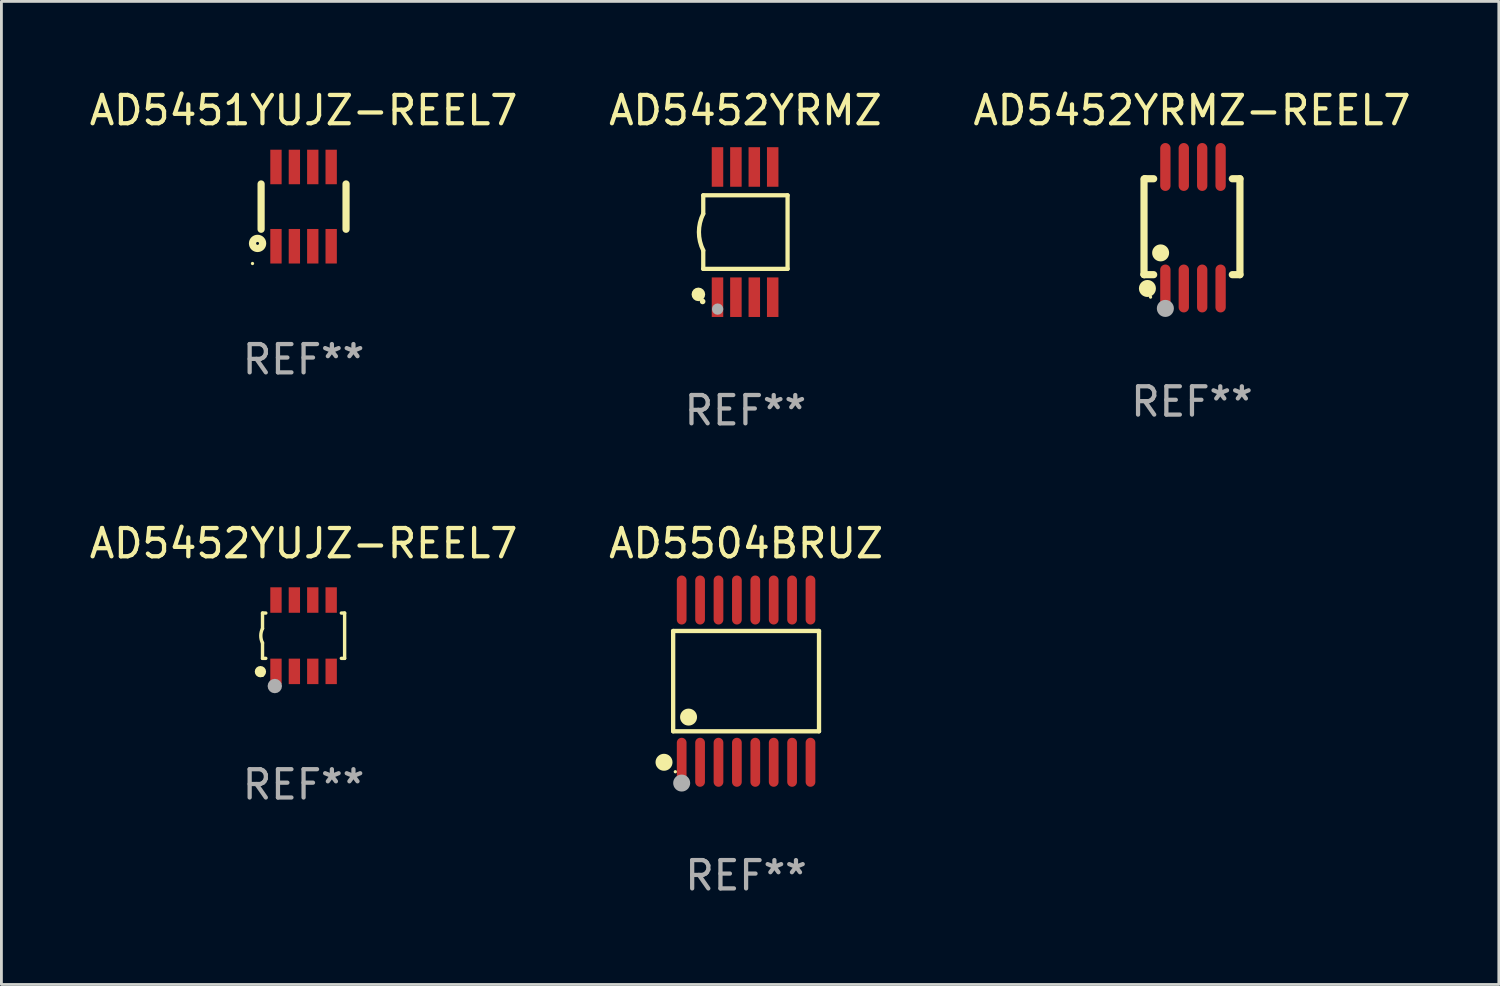
<source format=kicad_pcb>
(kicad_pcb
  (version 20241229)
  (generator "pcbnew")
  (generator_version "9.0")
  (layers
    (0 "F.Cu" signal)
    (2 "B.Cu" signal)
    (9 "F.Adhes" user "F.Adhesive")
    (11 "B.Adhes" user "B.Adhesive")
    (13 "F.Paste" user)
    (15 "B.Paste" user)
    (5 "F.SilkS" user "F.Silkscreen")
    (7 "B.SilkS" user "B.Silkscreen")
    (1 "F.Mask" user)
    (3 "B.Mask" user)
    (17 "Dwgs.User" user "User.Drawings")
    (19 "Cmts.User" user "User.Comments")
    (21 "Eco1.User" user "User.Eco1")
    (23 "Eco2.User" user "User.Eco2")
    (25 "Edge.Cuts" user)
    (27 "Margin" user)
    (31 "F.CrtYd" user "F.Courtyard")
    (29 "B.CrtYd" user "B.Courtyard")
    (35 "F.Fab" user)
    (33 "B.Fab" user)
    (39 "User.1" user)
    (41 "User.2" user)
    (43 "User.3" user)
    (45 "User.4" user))
  (footprint "AD5452YRMZ-REEL7"
    (layer "F.Cu")
    (at 39.054 4.994)
    (property "Reference" "AD5452YRMZ-REEL7" (at 0 -4.146 0) (layer "F.SilkS") (effects (font (size 1 1) (thickness 0.15))))
    (attr through_hole)
    (fp_line (start -1.694 -1.724) (end -1.694 1.652) (stroke (width 0.254) (type solid)) (layer "F.SilkS"))
    (fp_line (start -1.694 1.652) (end -1.688 1.658) (stroke (width 0.254) (type solid)) (layer "F.SilkS"))
    (fp_line (start -1.688 1.658) (end -1.353 1.658) (stroke (width 0.254) (type solid)) (layer "F.SilkS"))
    (fp_line (start -1.661 -1.73) (end -1.681 -1.71) (stroke (width 0.254) (type solid)) (layer "F.SilkS"))
    (fp_line (start -1.353 -1.73) (end -1.661 -1.73) (stroke (width 0.254) (type solid)) (layer "F.SilkS"))
    (fp_line (start 1.424 1.658) (end 1.694 1.658) (stroke (width 0.254) (type solid)) (layer "F.SilkS"))
    (fp_line (start 1.694 -1.73) (end 1.424 -1.73) (stroke (width 0.254) (type solid)) (layer "F.SilkS"))
    (fp_line (start 1.694 1.658) (end 1.694 -1.73) (stroke (width 0.254) (type solid)) (layer "F.SilkS"))
    (fp_circle (center -1.574 2.146) (end -1.424 2.146) (stroke (width 0.3) (type solid)) (fill no) (layer "F.SilkS"))
    (fp_circle (center -1.464 2.45) (end -1.434 2.45) (stroke (width 0.06) (type solid)) (fill no) (layer "F.SilkS"))
    (fp_circle (center -1.107 0.889) (end -0.957 0.889) (stroke (width 0.3) (type solid)) (fill no) (layer "F.SilkS"))
    (fp_circle (center -0.94 2.85) (end -0.789 2.85) (stroke (width 0.3) (type solid)) (fill no) (layer "F.Fab"))
    (fp_text user "REF**" (at 0 6.146 0) (layer "F.Fab") (effects (font (size 1 1) (thickness 0.15))))
    (pad "1" smd oval (at -0.94 2.146) (size 0.364 1.692) (layers "F.Cu" "F.Mask" "F.Paste"))
    (pad "2" smd oval (at -0.289 2.146) (size 0.364 1.692) (layers "F.Cu" "F.Mask" "F.Paste"))
    (pad "3" smd oval (at 0.361 2.146) (size 0.364 1.692) (layers "F.Cu" "F.Mask" "F.Paste"))
    (pad "4" smd oval (at 1.011 2.146) (size 0.364 1.692) (layers "F.Cu" "F.Mask" "F.Paste"))
    (pad "5" smd oval (at 1.011 -2.146) (size 0.364 1.692) (layers "F.Cu" "F.Mask" "F.Paste"))
    (pad "6" smd oval (at 0.361 -2.146) (size 0.364 1.692) (layers "F.Cu" "F.Mask" "F.Paste"))
    (pad "7" smd oval (at -0.289 -2.146) (size 0.364 1.692) (layers "F.Cu" "F.Mask" "F.Paste"))
    (pad "8" smd oval (at -0.94 -2.146) (size 0.364 1.692) (layers "F.Cu" "F.Mask" "F.Paste")))
  (footprint "AD5452YUJZ-REEL7"
    (layer "F.Cu")
    (at 7.673 19.405)
    (property "Reference" "AD5452YUJZ-REEL7" (at 0 -3.26 0) (layer "F.SilkS") (effects (font (size 1 1) (thickness 0.15))))
    (attr through_hole)
    (fp_line (start -1.45 -0.8) (end -1.45 -0.254) (stroke (width 0.12) (type solid)) (layer "F.SilkS"))
    (fp_line (start -1.45 -0.8) (end -1.334 -0.8) (stroke (width 0.12) (type solid)) (layer "F.SilkS"))
    (fp_line (start -1.45 0.8) (end -1.45 0.254) (stroke (width 0.12) (type solid)) (layer "F.SilkS"))
    (fp_line (start -1.45 0.8) (end -1.334 0.8) (stroke (width 0.12) (type solid)) (layer "F.SilkS"))
    (fp_line (start 1.334 -0.8) (end 1.45 -0.8) (stroke (width 0.12) (type solid)) (layer "F.SilkS"))
    (fp_line (start 1.334 0.8) (end 1.45 0.8) (stroke (width 0.12) (type solid)) (layer "F.SilkS"))
    (fp_line (start 1.45 0.8) (end 1.45 -0.8) (stroke (width 0.12) (type solid)) (layer "F.SilkS"))
    (fp_arc (start -1.45075 0.255144) (mid -1.510605 0.000434) (end -1.450013 -0.254102) (stroke (width 0.11999) (type solid)) (layer "F.SilkS"))
    (fp_circle (center -1.524 1.27) (end -1.424 1.27) (stroke (width 0.2) (type solid)) (fill no) (layer "F.SilkS"))
    (fp_circle (center -1.45 1.4) (end -1.42 1.4) (stroke (width 0.06) (type solid)) (fill no) (layer "F.SilkS"))
    (fp_circle (center -1.016 1.778) (end -0.889 1.778) (stroke (width 0.254) (type solid)) (fill no) (layer "F.Fab"))
    (fp_text user "REF**" (at 0 5.26 0) (layer "F.Fab") (effects (font (size 1 1) (thickness 0.15))))
    (pad "1" smd rect (at -0.975 1.26) (size 0.4 0.9) (layers "F.Cu" "F.Mask" "F.Paste"))
    (pad "2" smd rect (at -0.325 1.26) (size 0.4 0.9) (layers "F.Cu" "F.Mask" "F.Paste"))
    (pad "3" smd rect (at 0.325 1.26) (size 0.4 0.9) (layers "F.Cu" "F.Mask" "F.Paste"))
    (pad "4" smd rect (at 0.975 1.26) (size 0.4 0.9) (layers "F.Cu" "F.Mask" "F.Paste"))
    (pad "5" smd rect (at 0.975 -1.26) (size 0.4 0.9) (layers "F.Cu" "F.Mask" "F.Paste"))
    (pad "6" smd rect (at 0.325 -1.26) (size 0.4 0.9) (layers "F.Cu" "F.Mask" "F.Paste"))
    (pad "7" smd rect (at -0.325 -1.26) (size 0.4 0.9) (layers "F.Cu" "F.Mask" "F.Paste"))
    (pad "8" smd rect (at -0.975 -1.26) (size 0.4 0.9) (layers "F.Cu" "F.Mask" "F.Paste")))
  (footprint "AD5504BRUZ"
    (layer "F.Cu")
    (at 23.304 21.01)
    (property "Reference" "AD5504BRUZ" (at 0 -4.866 0) (layer "F.SilkS") (effects (font (size 1 1) (thickness 0.15))))
    (attr through_hole)
    (fp_line (start -2.576 -1.772) (end 2.576 -1.772) (stroke (width 0.152) (type solid)) (layer "F.SilkS"))
    (fp_line (start -2.576 1.771) (end -2.576 -1.772) (stroke (width 0.152) (type solid)) (layer "F.SilkS"))
    (fp_line (start 2.576 -1.772) (end 2.576 1.771) (stroke (width 0.152) (type solid)) (layer "F.SilkS"))
    (fp_line (start 2.576 1.771) (end -2.576 1.771) (stroke (width 0.152) (type solid)) (layer "F.SilkS"))
    (fp_circle (center -2.899 2.866) (end -2.749 2.866) (stroke (width 0.3) (type solid)) (fill no) (layer "F.SilkS"))
    (fp_circle (center -2.5 3.2) (end -2.47 3.2) (stroke (width 0.06) (type solid)) (fill no) (layer "F.SilkS"))
    (fp_circle (center -2.032 1.27) (end -1.882 1.27) (stroke (width 0.3) (type solid)) (fill no) (layer "F.SilkS"))
    (fp_circle (center -2.275 3.6) (end -2.125 3.6) (stroke (width 0.3) (type solid)) (fill no) (layer "F.Fab"))
    (fp_text user "REF**" (at 0 6.866 0) (layer "F.Fab") (effects (font (size 1 1) (thickness 0.15))))
    (pad "1" smd oval (at -2.275 2.866) (size 0.343 1.731) (layers "F.Cu" "F.Mask" "F.Paste"))
    (pad "2" smd oval (at -1.625 2.866) (size 0.343 1.731) (layers "F.Cu" "F.Mask" "F.Paste"))
    (pad "3" smd oval (at -0.975 2.866) (size 0.343 1.731) (layers "F.Cu" "F.Mask" "F.Paste"))
    (pad "4" smd oval (at -0.325 2.866) (size 0.343 1.731) (layers "F.Cu" "F.Mask" "F.Paste"))
    (pad "5" smd oval (at 0.325 2.866) (size 0.343 1.731) (layers "F.Cu" "F.Mask" "F.Paste"))
    (pad "6" smd oval (at 0.975 2.866) (size 0.343 1.731) (layers "F.Cu" "F.Mask" "F.Paste"))
    (pad "7" smd oval (at 1.625 2.866) (size 0.343 1.731) (layers "F.Cu" "F.Mask" "F.Paste"))
    (pad "8" smd oval (at 2.275 2.866) (size 0.343 1.731) (layers "F.Cu" "F.Mask" "F.Paste"))
    (pad "9" smd oval (at 2.275 -2.866) (size 0.343 1.731) (layers "F.Cu" "F.Mask" "F.Paste"))
    (pad "10" smd oval (at 1.625 -2.866) (size 0.343 1.731) (layers "F.Cu" "F.Mask" "F.Paste"))
    (pad "11" smd oval (at 0.975 -2.866) (size 0.343 1.731) (layers "F.Cu" "F.Mask" "F.Paste"))
    (pad "12" smd oval (at 0.325 -2.866) (size 0.343 1.731) (layers "F.Cu" "F.Mask" "F.Paste"))
    (pad "13" smd oval (at -0.325 -2.866) (size 0.343 1.731) (layers "F.Cu" "F.Mask" "F.Paste"))
    (pad "14" smd oval (at -0.975 -2.866) (size 0.343 1.731) (layers "F.Cu" "F.Mask" "F.Paste"))
    (pad "15" smd oval (at -1.625 -2.866) (size 0.343 1.731) (layers "F.Cu" "F.Mask" "F.Paste"))
    (pad "16" smd oval (at -2.275 -2.866) (size 0.343 1.731) (layers "F.Cu" "F.Mask" "F.Paste")))
  (footprint "AD5452YRMZ"
    (layer "F.Cu")
    (at 23.28 5.148)
    (property "Reference" "AD5452YRMZ" (at 0 -4.3 0) (layer "F.SilkS") (effects (font (size 1 1) (thickness 0.15))))
    (attr through_hole)
    (fp_line (start -1.489 -1.3) (end -1.489 -0.648) (stroke (width 0.15) (type solid)) (layer "F.SilkS"))
    (fp_line (start -1.489 0.648) (end -1.489 1.3) (stroke (width 0.15) (type solid)) (layer "F.SilkS"))
    (fp_line (start -1.489 1.3) (end 1.489 1.3) (stroke (width 0.15) (type solid)) (layer "F.SilkS"))
    (fp_line (start 1.489 -1.3) (end -1.489 -1.3) (stroke (width 0.15) (type solid)) (layer "F.SilkS"))
    (fp_line (start 1.489 1.3) (end 1.489 -1.3) (stroke (width 0.15) (type solid)) (layer "F.SilkS"))
    (fp_arc (start -1.489205 0.647702) (mid -1.642107 0) (end -1.489205 -0.647701) (stroke (width 0.150013) (type solid)) (layer "F.SilkS"))
    (fp_circle (center -1.661 2.2) (end -1.541 2.2) (stroke (width 0.24) (type solid)) (fill no) (layer "F.SilkS"))
    (fp_circle (center -1.511 2.45) (end -1.461 2.45) (stroke (width 0.1) (type solid)) (fill no) (layer "F.SilkS"))
    (fp_circle (center -0.981 2.72) (end -0.881 2.72) (stroke (width 0.2) (type solid)) (fill no) (layer "F.Fab"))
    (fp_text user "REF**" (at 0 6.3 0) (layer "F.Fab") (effects (font (size 1 1) (thickness 0.15))))
    (pad "1" smd rect (at -0.986 2.3) (size 0.406 1.397) (layers "F.Cu" "F.Mask" "F.Paste"))
    (pad "2" smd rect (at -0.336 2.3) (size 0.406 1.397) (layers "F.Cu" "F.Mask" "F.Paste"))
    (pad "3" smd rect (at 0.314 2.3) (size 0.406 1.397) (layers "F.Cu" "F.Mask" "F.Paste"))
    (pad "4" smd rect (at 0.964 2.3) (size 0.406 1.397) (layers "F.Cu" "F.Mask" "F.Paste"))
    (pad "5" smd rect (at 0.964 -2.3) (size 0.406 1.397) (layers "F.Cu" "F.Mask" "F.Paste"))
    (pad "6" smd rect (at 0.314 -2.3) (size 0.406 1.397) (layers "F.Cu" "F.Mask" "F.Paste"))
    (pad "7" smd rect (at -0.336 -2.3) (size 0.406 1.397) (layers "F.Cu" "F.Mask" "F.Paste"))
    (pad "8" smd rect (at -0.986 -2.3) (size 0.406 1.397) (layers "F.Cu" "F.Mask" "F.Paste")))
  (footprint "AD5451YUJZ-REEL7"
    (layer "F.Cu")
    (at 7.673 4.248)
    (property "Reference" "AD5451YUJZ-REEL7" (at 0 -3.4 0) (layer "F.SilkS") (effects (font (size 1 1) (thickness 0.15))))
    (attr through_hole)
    (fp_line (start -1.5 0.8) (end -1.5 -0.8) (stroke (width 0.254) (type solid)) (layer "F.SilkS"))
    (fp_line (start 1.5 -0.8) (end 1.5 0.8) (stroke (width 0.254) (type solid)) (layer "F.SilkS"))
    (fp_circle (center -1.804 2.01) (end -1.774 2.01) (stroke (width 0.06) (type solid)) (fill no) (layer "F.SilkS"))
    (fp_circle (center -1.625 1.3) (end -1.573 1.3) (stroke (width 0.254) (type solid)) (fill no) (layer "F.SilkS"))
    (fp_text user "REF**" (at 0 5.4 0) (layer "F.Fab") (effects (font (size 1 1) (thickness 0.15))))
    (pad "1" smd rect (at -0.975 1.4 180) (size 0.4 1.22) (layers "F.Cu" "F.Mask" "F.Paste"))
    (pad "2" smd rect (at -0.325 1.4 180) (size 0.4 1.22) (layers "F.Cu" "F.Mask" "F.Paste"))
    (pad "3" smd rect (at 0.325 1.4 180) (size 0.4 1.22) (layers "F.Cu" "F.Mask" "F.Paste"))
    (pad "4" smd rect (at 0.975 1.4 180) (size 0.4 1.22) (layers "F.Cu" "F.Mask" "F.Paste"))
    (pad "5" smd rect (at 0.975 -1.4 180) (size 0.4 1.22) (layers "F.Cu" "F.Mask" "F.Paste"))
    (pad "6" smd rect (at 0.325 -1.4 180) (size 0.4 1.22) (layers "F.Cu" "F.Mask" "F.Paste"))
    (pad "7" smd rect (at -0.325 -1.4 180) (size 0.4 1.22) (layers "F.Cu" "F.Mask" "F.Paste"))
    (pad "8" smd rect (at -0.975 -1.4 180) (size 0.4 1.22) (layers "F.Cu" "F.Mask" "F.Paste")))
  (gr_rect
    (start -3 -3)
    (end 49.893 31.724)
    (stroke (width 0.1) (type default))
    (fill no)
    (layer "Edge.Cuts")))
</source>
